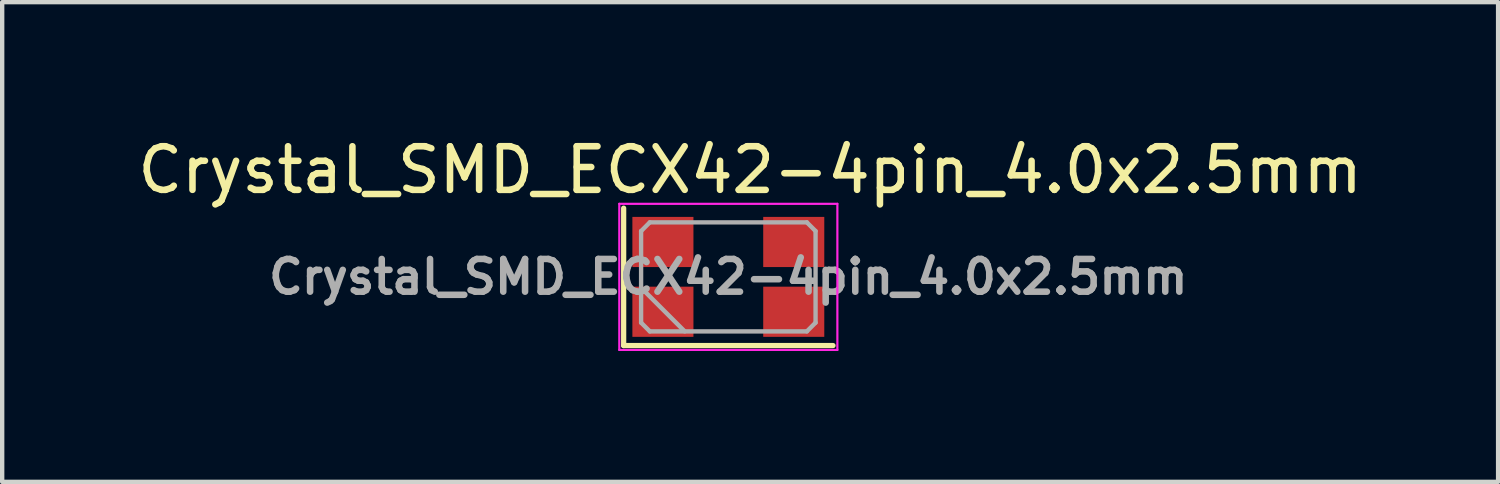
<source format=kicad_pcb>
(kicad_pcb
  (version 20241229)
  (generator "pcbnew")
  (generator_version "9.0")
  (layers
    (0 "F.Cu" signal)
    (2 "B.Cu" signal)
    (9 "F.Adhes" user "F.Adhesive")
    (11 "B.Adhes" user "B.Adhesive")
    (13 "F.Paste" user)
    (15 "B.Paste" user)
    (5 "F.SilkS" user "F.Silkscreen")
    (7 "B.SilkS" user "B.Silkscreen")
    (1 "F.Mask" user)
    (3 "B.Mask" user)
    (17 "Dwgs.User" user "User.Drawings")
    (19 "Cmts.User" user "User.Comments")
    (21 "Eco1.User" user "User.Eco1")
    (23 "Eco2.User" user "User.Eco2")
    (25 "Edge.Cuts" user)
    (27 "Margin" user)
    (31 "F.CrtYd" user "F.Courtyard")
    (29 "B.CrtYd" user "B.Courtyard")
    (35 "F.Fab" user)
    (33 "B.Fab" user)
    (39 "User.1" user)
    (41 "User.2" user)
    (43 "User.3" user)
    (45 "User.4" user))
  (footprint "Crystal_SMD_ECX42-4pin_4.0x2.5mm"
    (layer "F.Cu")
    (at 13.649 3.298)
    (property "Reference" "Crystal_SMD_ECX42-4pin_4.0x2.5mm" (at 0.5 -2.45 0) (layer "F.SilkS") (effects (font (size 1 1) (thickness 0.15))))
    (attr smd)
    (fp_line (start -2.4 -1.575) (end -2.4 1.575) (stroke (width 0.12) (type solid)) (layer "F.SilkS"))
    (fp_line (start -2.4 1.575) (end 2.4 1.575) (stroke (width 0.12) (type solid)) (layer "F.SilkS"))
    (fp_line (start -2.5 -1.675) (end -2.5 1.675) (stroke (width 0.05) (type solid)) (layer "F.CrtYd"))
    (fp_line (start -2.5 1.675) (end 2.5 1.675) (stroke (width 0.05) (type solid)) (layer "F.CrtYd"))
    (fp_line (start 2.5 -1.675) (end -2.5 -1.675) (stroke (width 0.05) (type solid)) (layer "F.CrtYd"))
    (fp_line (start 2.5 1.675) (end 2.5 -1.675) (stroke (width 0.05) (type solid)) (layer "F.CrtYd"))
    (fp_line (start -2 -1.05) (end -1.8 -1.25) (stroke (width 0.1) (type solid)) (layer "F.Fab"))
    (fp_line (start -2 0.25) (end -1 1.25) (stroke (width 0.1) (type solid)) (layer "F.Fab"))
    (fp_line (start -2 1.05) (end -2 -1.05) (stroke (width 0.1) (type solid)) (layer "F.Fab"))
    (fp_line (start -1.8 -1.25) (end 1.8 -1.25) (stroke (width 0.1) (type solid)) (layer "F.Fab"))
    (fp_line (start -1.8 1.25) (end -2 1.05) (stroke (width 0.1) (type solid)) (layer "F.Fab"))
    (fp_line (start 1.8 -1.25) (end 2 -1.05) (stroke (width 0.1) (type solid)) (layer "F.Fab"))
    (fp_line (start 1.8 1.25) (end -1.8 1.25) (stroke (width 0.1) (type solid)) (layer "F.Fab"))
    (fp_line (start 2 -1.05) (end 2 1.05) (stroke (width 0.1) (type solid)) (layer "F.Fab"))
    (fp_line (start 2 1.05) (end 1.8 1.25) (stroke (width 0.1) (type solid)) (layer "F.Fab"))
    (fp_text user "${REFERENCE}" (at 0 0 0) (layer "F.Fab") (effects (font (size 0.75 0.75) (thickness 0.15))))
    (pad "1" smd rect (at -1.5 0.8) (size 1.4 1.15) (layers "F.Cu" "F.Mask" "F.Paste"))
    (pad "2" smd rect (at 1.5 0.8) (size 1.4 1.15) (layers "F.Cu" "F.Mask" "F.Paste"))
    (pad "3" smd rect (at 1.5 -0.8) (size 1.4 1.15) (layers "F.Cu" "F.Mask" "F.Paste"))
    (pad "4" smd rect (at -1.5 -0.8) (size 1.4 1.15) (layers "F.Cu" "F.Mask" "F.Paste")))
  (gr_rect
    (start -3 -3)
    (end 31.298 7.998)
    (stroke (width 0.1) (type default))
    (fill no)
    (layer "Edge.Cuts")))
</source>
